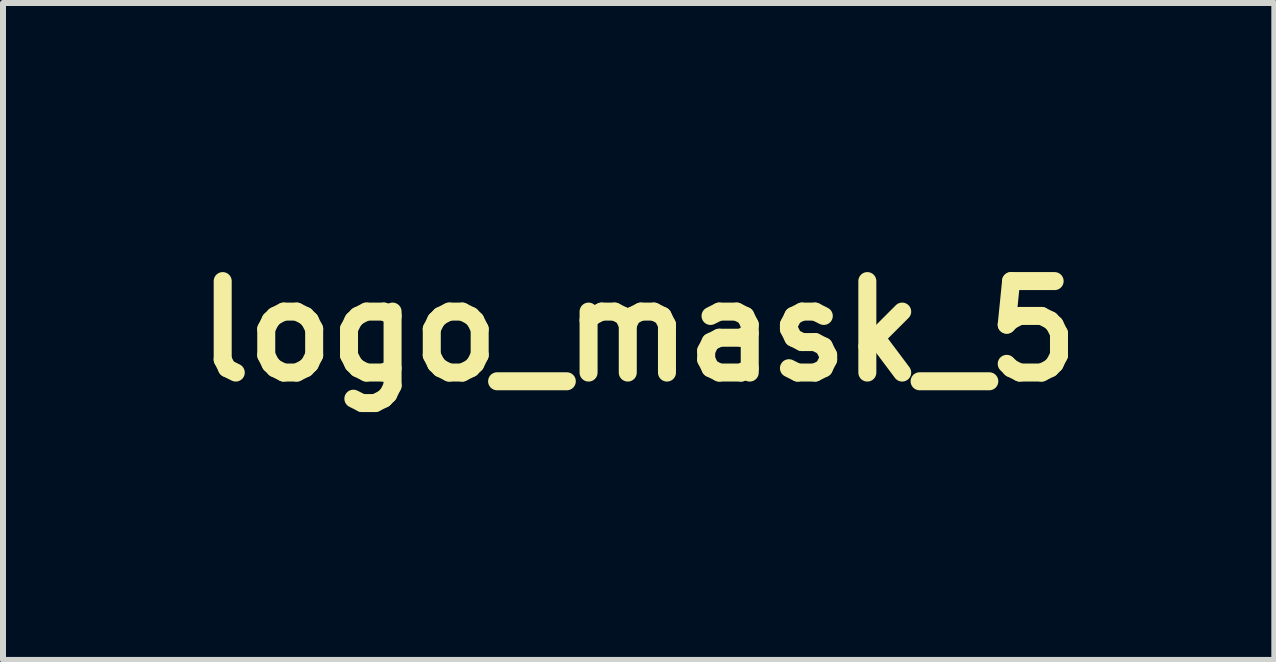
<source format=kicad_pcb>
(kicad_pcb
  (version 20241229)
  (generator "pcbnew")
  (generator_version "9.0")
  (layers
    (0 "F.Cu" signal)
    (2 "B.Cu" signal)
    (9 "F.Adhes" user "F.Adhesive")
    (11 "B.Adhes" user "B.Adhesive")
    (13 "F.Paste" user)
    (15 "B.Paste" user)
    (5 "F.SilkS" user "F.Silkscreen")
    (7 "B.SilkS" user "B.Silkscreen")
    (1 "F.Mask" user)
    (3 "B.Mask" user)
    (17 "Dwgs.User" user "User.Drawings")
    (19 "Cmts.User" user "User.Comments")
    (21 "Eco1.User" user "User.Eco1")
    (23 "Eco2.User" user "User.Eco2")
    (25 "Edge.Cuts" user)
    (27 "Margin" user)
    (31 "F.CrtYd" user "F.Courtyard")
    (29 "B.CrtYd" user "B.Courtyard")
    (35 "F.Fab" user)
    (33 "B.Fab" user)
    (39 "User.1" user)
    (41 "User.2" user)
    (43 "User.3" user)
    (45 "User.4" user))
  (footprint "logo_mask_5"
    (layer "F.Cu")
    (at 7.591 2.468)
    (property "Reference" "logo_mask_5" (at 0 0 0) (layer "F.SilkS") (effects (font (size 1.524 1.524) (thickness 0.3))))
    (attr through_hole)
    (fp_poly (pts (xy -0.452 -2.001) (xy -0.412 -1.971) (xy -0.39 -1.947) (xy -0.379 -1.923) (xy -0.376 -1.892) (xy -0.375 -1.875) (xy -0.375 -1.815) (xy -0.261 -1.703) (xy -0.147 -1.59) (xy 0.823 -1.59) (xy 1.129 -1.284) (xy 1.436 -0.977) (xy 1.436 -0.38) (xy 1.469 -0.348) (xy 1.502 -0.305) (xy 1.516 -0.259) (xy 1.514 -0.213) (xy 1.499 -0.171) (xy 1.472 -0.136) (xy 1.437 -0.111) (xy 1.394 -0.099) (xy 1.347 -0.103) (xy 1.306 -0.121) (xy 1.269 -0.155) (xy 1.244 -0.198) (xy 1.237 -0.238) (xy 1.237 -0.238) (xy 1.33 -0.238) (xy 1.335 -0.223) (xy 1.346 -0.211) (xy 1.366 -0.193) (xy 1.38 -0.189) (xy 1.4 -0.197) (xy 1.403 -0.199) (xy 1.421 -0.218) (xy 1.424 -0.244) (xy 1.414 -0.268) (xy 1.395 -0.284) (xy 1.374 -0.285) (xy 1.354 -0.274) (xy 1.34 -0.258) (xy 1.33 -0.238) (xy 1.237 -0.238) (xy 1.243 -0.274) (xy 1.258 -0.311) (xy 1.279 -0.342) (xy 1.294 -0.354) (xy 1.3 -0.359) (xy 1.305 -0.367) (xy 1.309 -0.381) (xy 1.311 -0.404) (xy 1.313 -0.438) (xy 1.314 -0.487) (xy 1.314 -0.552) (xy 1.314 -0.636) (xy 1.314 -0.911) (xy 1.035 -1.19) (xy 0.756 -1.469) (xy -0.205 -1.469) (xy -0.337 -1.601) (xy -0.388 -1.652) (xy -0.427 -1.689) (xy -0.456 -1.713) (xy -0.477 -1.727) (xy -0.494 -1.733) (xy -0.5 -1.734) (xy -0.554 -1.743) (xy -0.598 -1.769) (xy -0.631 -1.806) (xy -0.648 -1.852) (xy -0.648 -1.866) (xy -0.557 -1.866) (xy -0.552 -1.855) (xy -0.532 -1.838) (xy -0.505 -1.836) (xy -0.48 -1.847) (xy -0.471 -1.858) (xy -0.465 -1.883) (xy -0.478 -1.905) (xy -0.505 -1.919) (xy -0.511 -1.919) (xy -0.539 -1.914) (xy -0.556 -1.894) (xy -0.557 -1.866) (xy -0.648 -1.866) (xy -0.649 -1.902) (xy -0.63 -1.952) (xy -0.629 -1.953) (xy -0.594 -1.991) (xy -0.55 -2.012) (xy -0.501 -2.016) (xy -0.452 -2.001)) (stroke (width 0.01) (type solid)) (fill yes) (layer "F.Mask"))
    (fp_poly (pts (xy 0.204 -2.122) (xy 0.247 -2.097) (xy 0.269 -2.071) (xy 0.288 -2.043) (xy 0.911 -2.043) (xy 1.378 -1.576) (xy 1.844 -1.11) (xy 1.844 -0.931) (xy 1.844 -0.864) (xy 1.845 -0.816) (xy 1.847 -0.783) (xy 1.85 -0.762) (xy 1.855 -0.75) (xy 1.862 -0.743) (xy 1.866 -0.74) (xy 1.895 -0.713) (xy 1.914 -0.673) (xy 1.921 -0.625) (xy 1.915 -0.577) (xy 1.905 -0.552) (xy 1.875 -0.517) (xy 1.833 -0.495) (xy 1.783 -0.486) (xy 1.733 -0.493) (xy 1.709 -0.503) (xy 1.676 -0.532) (xy 1.655 -0.573) (xy 1.647 -0.619) (xy 1.648 -0.632) (xy 1.737 -0.632) (xy 1.738 -0.609) (xy 1.751 -0.592) (xy 1.776 -0.576) (xy 1.799 -0.581) (xy 1.817 -0.597) (xy 1.831 -0.619) (xy 1.826 -0.638) (xy 1.802 -0.665) (xy 1.777 -0.67) (xy 1.757 -0.658) (xy 1.737 -0.632) (xy 1.648 -0.632) (xy 1.65 -0.666) (xy 1.667 -0.707) (xy 1.696 -0.737) (xy 1.701 -0.74) (xy 1.71 -0.746) (xy 1.716 -0.757) (xy 1.72 -0.775) (xy 1.722 -0.805) (xy 1.723 -0.851) (xy 1.723 -0.898) (xy 1.723 -1.044) (xy 1.287 -1.48) (xy 0.85 -1.916) (xy 0.568 -1.92) (xy 0.481 -1.921) (xy 0.414 -1.921) (xy 0.363 -1.921) (xy 0.327 -1.92) (xy 0.301 -1.918) (xy 0.284 -1.915) (xy 0.272 -1.91) (xy 0.264 -1.904) (xy 0.261 -1.902) (xy 0.21 -1.868) (xy 0.155 -1.855) (xy 0.1 -1.862) (xy 0.077 -1.872) (xy 0.042 -1.902) (xy 0.019 -1.944) (xy 0.012 -1.988) (xy 0.102 -1.988) (xy 0.115 -1.966) (xy 0.141 -1.947) (xy 0.164 -1.948) (xy 0.181 -1.961) (xy 0.197 -1.985) (xy 0.192 -2.009) (xy 0.176 -2.027) (xy 0.15 -2.04) (xy 0.125 -2.03) (xy 0.106 -2.007) (xy 0.102 -1.988) (xy 0.012 -1.988) (xy 0.011 -1.993) (xy 0.019 -2.042) (xy 0.029 -2.065) (xy 0.063 -2.102) (xy 0.107 -2.124) (xy 0.156 -2.131) (xy 0.204 -2.122)) (stroke (width 0.01) (type solid)) (fill yes) (layer "F.Mask"))
    (fp_poly (pts (xy 0.933 0.735) (xy 0.975 0.755) (xy 1.007 0.789) (xy 1.01 0.795) (xy 1.027 0.846) (xy 1.025 0.897) (xy 1.007 0.942) (xy 0.975 0.978) (xy 0.933 1) (xy 0.896 1.005) (xy 0.883 1.007) (xy 0.868 1.014) (xy 0.85 1.027) (xy 0.825 1.05) (xy 0.793 1.085) (xy 0.749 1.132) (xy 0.71 1.176) (xy 0.558 1.347) (xy 0.224 1.347) (xy 0.129 1.347) (xy 0.054 1.348) (xy -0.004 1.348) (xy -0.047 1.35) (xy -0.078 1.352) (xy -0.099 1.354) (xy -0.112 1.358) (xy -0.12 1.363) (xy -0.124 1.367) (xy -0.161 1.402) (xy -0.21 1.421) (xy -0.262 1.423) (xy -0.31 1.408) (xy -0.349 1.376) (xy -0.37 1.33) (xy -0.375 1.292) (xy -0.286 1.292) (xy -0.269 1.319) (xy -0.244 1.333) (xy -0.219 1.326) (xy -0.203 1.307) (xy -0.193 1.288) (xy -0.198 1.272) (xy -0.208 1.258) (xy -0.226 1.241) (xy -0.243 1.239) (xy -0.258 1.245) (xy -0.282 1.265) (xy -0.286 1.292) (xy -0.375 1.292) (xy -0.375 1.284) (xy -0.369 1.231) (xy -0.346 1.192) (xy -0.309 1.165) (xy -0.257 1.149) (xy -0.205 1.153) (xy -0.157 1.174) (xy -0.124 1.206) (xy -0.114 1.213) (xy -0.096 1.219) (xy -0.068 1.223) (xy -0.028 1.225) (xy 0.027 1.226) (xy 0.097 1.225) (xy 0.185 1.223) (xy 0.293 1.219) (xy 0.317 1.219) (xy 0.506 1.211) (xy 0.631 1.07) (xy 0.676 1.018) (xy 0.709 0.98) (xy 0.731 0.952) (xy 0.744 0.931) (xy 0.751 0.914) (xy 0.753 0.898) (xy 0.752 0.879) (xy 0.752 0.879) (xy 0.753 0.872) (xy 0.842 0.872) (xy 0.855 0.894) (xy 0.878 0.913) (xy 0.898 0.913) (xy 0.918 0.898) (xy 0.936 0.875) (xy 0.933 0.853) (xy 0.916 0.833) (xy 0.89 0.821) (xy 0.865 0.83) (xy 0.846 0.853) (xy 0.842 0.872) (xy 0.753 0.872) (xy 0.755 0.835) (xy 0.767 0.797) (xy 0.767 0.796) (xy 0.797 0.76) (xy 0.838 0.738) (xy 0.885 0.729) (xy 0.933 0.735)) (stroke (width 0.01) (type solid)) (fill yes) (layer "F.Mask"))
    (fp_poly (pts (xy 0.674 -0.624) (xy 0.674 -0.215) (xy 0.403 0.055) (xy 0.224 0.055) (xy 0.157 0.055) (xy 0.109 0.056) (xy 0.076 0.058) (xy 0.055 0.061) (xy 0.043 0.066) (xy 0.036 0.073) (xy 0.033 0.077) (xy 0.005 0.108) (xy -0.035 0.126) (xy -0.081 0.132) (xy -0.128 0.124) (xy -0.169 0.105) (xy -0.2 0.073) (xy -0.204 0.067) (xy -0.221 0.014) (xy -0.22 -0.014) (xy -0.13 -0.014) (xy -0.128 0.01) (xy -0.115 0.027) (xy -0.091 0.043) (xy -0.067 0.037) (xy -0.049 0.021) (xy -0.036 -0.00031) (xy -0.04 -0.019) (xy -0.064 -0.046) (xy -0.089 -0.051) (xy -0.11 -0.039) (xy -0.13 -0.014) (xy -0.22 -0.014) (xy -0.219 -0.037) (xy -0.2 -0.082) (xy -0.166 -0.117) (xy -0.12 -0.139) (xy -0.082 -0.144) (xy -0.045 -0.138) (xy -0.008 -0.122) (xy 0.022 -0.102) (xy 0.037 -0.083) (xy 0.044 -0.076) (xy 0.059 -0.071) (xy 0.086 -0.068) (xy 0.128 -0.067) (xy 0.189 -0.066) (xy 0.196 -0.066) (xy 0.349 -0.066) (xy 0.451 -0.17) (xy 0.552 -0.273) (xy 0.552 -0.569) (xy 0.347 -0.773) (xy -0.392 -0.773) (xy -0.494 -0.671) (xy -0.596 -0.568) (xy -0.596 0.558) (xy -0.494 0.66) (xy -0.392 0.762) (xy 0.348 0.762) (xy 0.497 0.612) (xy 0.497 0.548) (xy 0.497 0.533) (xy 0.587 0.533) (xy 0.592 0.561) (xy 0.604 0.576) (xy 0.623 0.593) (xy 0.64 0.593) (xy 0.662 0.574) (xy 0.663 0.573) (xy 0.679 0.555) (xy 0.678 0.54) (xy 0.67 0.527) (xy 0.646 0.503) (xy 0.619 0.5) (xy 0.601 0.508) (xy 0.587 0.533) (xy 0.497 0.533) (xy 0.498 0.51) (xy 0.504 0.484) (xy 0.519 0.463) (xy 0.535 0.446) (xy 0.562 0.422) (xy 0.589 0.411) (xy 0.623 0.409) (xy 0.682 0.416) (xy 0.725 0.439) (xy 0.755 0.479) (xy 0.756 0.481) (xy 0.77 0.533) (xy 0.766 0.584) (xy 0.745 0.628) (xy 0.709 0.661) (xy 0.661 0.68) (xy 0.655 0.681) (xy 0.634 0.686) (xy 0.613 0.695) (xy 0.59 0.712) (xy 0.559 0.74) (xy 0.518 0.78) (xy 0.507 0.791) (xy 0.404 0.895) (xy -0.448 0.895) (xy -0.583 0.759) (xy -0.718 0.624) (xy -0.718 -0.635) (xy -0.588 -0.765) (xy -0.459 -0.895) (xy 0.403 -0.895) (xy 0.674 -0.624)) (stroke (width 0.01) (type solid)) (fill yes) (layer "F.Mask"))
    (fp_poly (pts (xy 0.238 -2.452) (xy 0.466 -2.42) (xy 0.687 -2.368) (xy 0.901 -2.296) (xy 1.107 -2.206) (xy 1.303 -2.097) (xy 1.488 -1.971) (xy 1.661 -1.828) (xy 1.821 -1.67) (xy 1.967 -1.495) (xy 2.098 -1.307) (xy 2.212 -1.104) (xy 2.22 -1.088) (xy 2.312 -0.878) (xy 2.383 -0.661) (xy 2.434 -0.439) (xy 2.464 -0.214) (xy 2.474 0.012) (xy 2.463 0.239) (xy 2.432 0.463) (xy 2.38 0.685) (xy 2.308 0.901) (xy 2.226 1.088) (xy 2.115 1.292) (xy 1.986 1.482) (xy 1.842 1.658) (xy 1.683 1.819) (xy 1.51 1.965) (xy 1.325 2.094) (xy 1.128 2.206) (xy 0.921 2.299) (xy 0.704 2.374) (xy 0.48 2.429) (xy 0.263 2.462) (xy 0.195 2.467) (xy 0.112 2.471) (xy 0.02 2.472) (xy -0.073 2.471) (xy -0.161 2.469) (xy -0.238 2.464) (xy -0.271 2.461) (xy -0.49 2.425) (xy -0.707 2.369) (xy -0.92 2.294) (xy -1.126 2.2) (xy -1.322 2.09) (xy -1.504 1.963) (xy -1.541 1.934) (xy -1.712 1.783) (xy -1.867 1.618) (xy -2.005 1.442) (xy -2.125 1.255) (xy -2.228 1.059) (xy -2.312 0.855) (xy -2.378 0.645) (xy -2.426 0.431) (xy -2.454 0.212) (xy -2.46 0.066) (xy -2.311 0.066) (xy -1.994 0.066) (xy -1.886 0.174) (xy -1.778 0.281) (xy -1.778 0.549) (xy -1.778 0.633) (xy -1.777 0.698) (xy -1.776 0.746) (xy -1.775 0.78) (xy -1.772 0.803) (xy -1.768 0.817) (xy -1.763 0.826) (xy -1.758 0.83) (xy -1.723 0.868) (xy -1.705 0.914) (xy -1.702 0.963) (xy -1.716 1.01) (xy -1.744 1.049) (xy -1.769 1.067) (xy -1.809 1.079) (xy -1.857 1.08) (xy -1.902 1.07) (xy -1.911 1.066) (xy -1.947 1.035) (xy -1.969 0.994) (xy -1.976 0.945) (xy -1.976 0.944) (xy -1.888 0.944) (xy -1.88 0.966) (xy -1.86 0.985) (xy -1.84 0.994) (xy -1.822 0.986) (xy -1.806 0.972) (xy -1.793 0.955) (xy -1.794 0.94) (xy -1.804 0.922) (xy -1.822 0.902) (xy -1.838 0.895) (xy -1.86 0.903) (xy -1.88 0.923) (xy -1.888 0.944) (xy -1.976 0.944) (xy -1.969 0.896) (xy -1.946 0.851) (xy -1.922 0.826) (xy -1.915 0.818) (xy -1.909 0.809) (xy -1.905 0.794) (xy -1.902 0.77) (xy -1.901 0.736) (xy -1.9 0.687) (xy -1.9 0.621) (xy -1.899 0.572) (xy -1.899 0.337) (xy -1.974 0.263) (xy -2.048 0.188) (xy -2.173 0.188) (xy -2.224 0.187) (xy -2.26 0.188) (xy -2.283 0.194) (xy -2.294 0.208) (xy -2.296 0.233) (xy -2.292 0.273) (xy -2.283 0.331) (xy -2.28 0.347) (xy -2.237 0.565) (xy -2.173 0.775) (xy -2.089 0.977) (xy -1.987 1.17) (xy -1.868 1.352) (xy -1.733 1.523) (xy -1.582 1.68) (xy -1.417 1.822) (xy -1.239 1.95) (xy -1.048 2.06) (xy -0.846 2.152) (xy -0.801 2.17) (xy -0.712 2.201) (xy -0.612 2.23) (xy -0.509 2.256) (xy -0.41 2.278) (xy -0.321 2.293) (xy -0.298 2.296) (xy -0.248 2.302) (xy -0.203 2.307) (xy -0.17 2.311) (xy -0.16 2.313) (xy -0.126 2.315) (xy -0.075 2.316) (xy -0.012 2.315) (xy 0.059 2.313) (xy 0.133 2.31) (xy 0.206 2.305) (xy 0.271 2.3) (xy 0.325 2.295) (xy 0.348 2.292) (xy 0.41 2.282) (xy 0.453 2.274) (xy 0.476 2.266) (xy 0.483 2.255) (xy 0.474 2.238) (xy 0.451 2.213) (xy 0.418 2.18) (xy 0.337 2.098) (xy -0.068 2.098) (xy -0.174 2.098) (xy -0.261 2.099) (xy -0.33 2.099) (xy -0.383 2.101) (xy -0.422 2.102) (xy -0.449 2.104) (xy -0.466 2.107) (xy -0.475 2.111) (xy -0.479 2.115) (xy -0.496 2.136) (xy -0.528 2.156) (xy -0.565 2.171) (xy -0.596 2.175) (xy -0.646 2.165) (xy -0.689 2.138) (xy -0.722 2.097) (xy -0.739 2.049) (xy -0.739 2.044) (xy -0.638 2.044) (xy -0.628 2.069) (xy -0.623 2.073) (xy -0.604 2.084) (xy -0.596 2.087) (xy -0.583 2.081) (xy -0.57 2.073) (xy -0.555 2.052) (xy -0.555 2.027) (xy -0.566 2.005) (xy -0.585 1.991) (xy -0.609 1.991) (xy -0.616 1.995) (xy -0.634 2.016) (xy -0.638 2.044) (xy -0.739 2.044) (xy -0.74 2.031) (xy -0.732 1.993) (xy -0.711 1.953) (xy -0.684 1.923) (xy -0.673 1.916) (xy -0.642 1.905) (xy -0.603 1.9) (xy -0.591 1.899) (xy -0.556 1.902) (xy -0.529 1.914) (xy -0.498 1.938) (xy -0.456 1.977) (xy 0.403 1.977) (xy 0.527 2.101) (xy 0.651 2.224) (xy 0.737 2.197) (xy 0.823 2.169) (xy 0.826 1.799) (xy 0.828 1.496) (xy 0.95 1.496) (xy 0.95 1.803) (xy 0.95 1.882) (xy 0.951 1.954) (xy 0.952 2.016) (xy 0.953 2.064) (xy 0.954 2.096) (xy 0.956 2.109) (xy 0.956 2.109) (xy 0.968 2.105) (xy 0.995 2.092) (xy 1.034 2.073) (xy 1.072 2.053) (xy 1.182 1.997) (xy 1.182 1.651) (xy 1.342 1.491) (xy 1.502 1.331) (xy 1.502 0.579) (xy 1.655 0.427) (xy 1.708 0.374) (xy 1.747 0.333) (xy 1.774 0.303) (xy 1.791 0.281) (xy 1.8 0.265) (xy 1.803 0.252) (xy 1.803 0.244) (xy 1.803 0.234) (xy 1.9 0.234) (xy 1.91 0.259) (xy 1.931 0.274) (xy 1.944 0.276) (xy 1.967 0.269) (xy 1.975 0.263) (xy 1.988 0.238) (xy 1.985 0.212) (xy 1.97 0.191) (xy 1.946 0.182) (xy 1.922 0.188) (xy 1.903 0.208) (xy 1.9 0.234) (xy 1.803 0.234) (xy 1.806 0.2) (xy 1.825 0.156) (xy 1.856 0.12) (xy 1.868 0.111) (xy 1.918 0.092) (xy 1.969 0.092) (xy 2.016 0.109) (xy 2.054 0.142) (xy 2.072 0.173) (xy 2.084 0.226) (xy 2.073 0.277) (xy 2.042 0.324) (xy 2.038 0.328) (xy 2.009 0.352) (xy 1.981 0.363) (xy 1.953 0.364) (xy 1.935 0.365) (xy 1.919 0.368) (xy 1.903 0.376) (xy 1.882 0.392) (xy 1.855 0.416) (xy 1.818 0.452) (xy 1.77 0.5) (xy 1.634 0.635) (xy 1.634 1.386) (xy 1.303 1.717) (xy 1.303 1.814) (xy 1.304 1.857) (xy 1.306 1.89) (xy 1.308 1.908) (xy 1.309 1.911) (xy 1.32 1.904) (xy 1.345 1.887) (xy 1.379 1.863) (xy 1.406 1.842) (xy 1.461 1.798) (xy 1.526 1.74) (xy 1.596 1.674) (xy 1.666 1.603) (xy 1.733 1.533) (xy 1.792 1.468) (xy 1.838 1.411) (xy 1.842 1.406) (xy 1.911 1.315) (xy 1.911 0.809) (xy 1.878 0.773) (xy 1.847 0.728) (xy 1.838 0.683) (xy 1.935 0.683) (xy 1.948 0.705) (xy 1.973 0.716) (xy 1.987 0.716) (xy 2.008 0.709) (xy 2.015 0.691) (xy 2.015 0.68) (xy 2.008 0.65) (xy 1.99 0.633) (xy 1.966 0.632) (xy 1.957 0.636) (xy 1.938 0.658) (xy 1.935 0.683) (xy 1.838 0.683) (xy 1.837 0.68) (xy 1.848 0.626) (xy 1.853 0.616) (xy 1.883 0.573) (xy 1.924 0.545) (xy 1.971 0.535) (xy 2.02 0.541) (xy 2.066 0.566) (xy 2.076 0.576) (xy 2.105 0.618) (xy 2.116 0.667) (xy 2.112 0.716) (xy 2.092 0.76) (xy 2.07 0.783) (xy 2.059 0.792) (xy 2.051 0.804) (xy 2.047 0.82) (xy 2.044 0.847) (xy 2.044 0.888) (xy 2.044 0.946) (xy 2.044 1.088) (xy 2.086 1.005) (xy 2.139 0.889) (xy 2.188 0.758) (xy 2.232 0.619) (xy 2.267 0.478) (xy 2.292 0.347) (xy 2.299 0.293) (xy 2.305 0.225) (xy 2.311 0.152) (xy 2.315 0.082) (xy 2.315 0.08) (xy 2.323 -0.077) (xy 1.872 -0.077) (xy 1.576 0.218) (xy 1.281 0.514) (xy 1.281 1.165) (xy 0.95 1.496) (xy 0.828 1.496) (xy 0.829 1.43) (xy 0.989 1.27) (xy 1.149 1.11) (xy 1.149 0.458) (xy 1.477 0.13) (xy 1.806 -0.199) (xy 2.051 -0.199) (xy 2.127 -0.199) (xy 2.194 -0.201) (xy 2.246 -0.203) (xy 2.283 -0.205) (xy 2.301 -0.208) (xy 2.302 -0.209) (xy 2.304 -0.226) (xy 2.301 -0.26) (xy 2.295 -0.308) (xy 2.286 -0.365) (xy 2.275 -0.427) (xy 2.262 -0.49) (xy 2.248 -0.55) (xy 2.243 -0.57) (xy 2.175 -0.784) (xy 2.088 -0.99) (xy 1.983 -1.184) (xy 1.861 -1.367) (xy 1.722 -1.537) (xy 1.568 -1.693) (xy 1.4 -1.834) (xy 1.219 -1.959) (xy 1.026 -2.066) (xy 0.821 -2.155) (xy 0.813 -2.158) (xy 0.641 -2.216) (xy 0.474 -2.258) (xy 0.305 -2.285) (xy 0.128 -2.299) (xy 0.006 -2.302) (xy -0.181 -2.296) (xy -0.354 -2.277) (xy -0.522 -2.245) (xy -0.69 -2.198) (xy -0.802 -2.158) (xy -0.849 -2.14) (xy -0.903 -2.117) (xy -0.959 -2.091) (xy -1.014 -2.065) (xy -1.064 -2.041) (xy -1.106 -2.019) (xy -1.135 -2.002) (xy -1.148 -1.992) (xy -1.149 -1.991) (xy -1.141 -1.981) (xy -1.119 -1.958) (xy -1.085 -1.922) (xy -1.04 -1.876) (xy -0.985 -1.82) (xy -0.922 -1.756) (xy -0.852 -1.686) (xy -0.781 -1.615) (xy -0.414 -1.248) (xy 0.58 -1.248) (xy 0.809 -1.019) (xy 1.038 -0.789) (xy 1.038 0.003) (xy 1.077 0.046) (xy 1.107 0.091) (xy 1.117 0.138) (xy 1.112 0.182) (xy 1.093 0.222) (xy 1.063 0.254) (xy 1.026 0.276) (xy 0.982 0.285) (xy 0.936 0.277) (xy 0.89 0.252) (xy 0.882 0.245) (xy 0.855 0.207) (xy 0.842 0.161) (xy 0.842 0.155) (xy 0.934 0.155) (xy 0.939 0.166) (xy 0.959 0.183) (xy 0.986 0.185) (xy 1.011 0.173) (xy 1.02 0.163) (xy 1.026 0.138) (xy 1.013 0.116) (xy 0.986 0.102) (xy 0.98 0.101) (xy 0.952 0.107) (xy 0.935 0.127) (xy 0.934 0.155) (xy 0.842 0.155) (xy 0.844 0.113) (xy 0.859 0.068) (xy 0.889 0.034) (xy 0.895 0.03) (xy 0.901 0.026) (xy 0.905 0.019) (xy 0.909 0.007) (xy 0.912 -0.011) (xy 0.914 -0.039) (xy 0.915 -0.078) (xy 0.916 -0.131) (xy 0.916 -0.2) (xy 0.917 -0.287) (xy 0.917 -0.353) (xy 0.917 -0.724) (xy 0.721 -0.918) (xy 0.525 -1.113) (xy 0.022 -1.12) (xy -0.48 -1.127) (xy -1.276 -1.921) (xy -1.364 -1.854) (xy -1.402 -1.825) (xy -1.435 -1.8) (xy -1.457 -1.783) (xy -1.463 -1.777) (xy -1.458 -1.766) (xy -1.439 -1.741) (xy -1.404 -1.702) (xy -1.355 -1.649) (xy -1.292 -1.585) (xy -1.235 -1.527) (xy -0.997 -1.287) (xy -0.99 -0.53) (xy -0.989 -0.391) (xy -0.987 -0.248) (xy -0.986 -0.107) (xy -0.985 0.032) (xy -0.985 0.164) (xy -0.984 0.287) (xy -0.983 0.397) (xy -0.983 0.491) (xy -0.983 0.567) (xy -0.983 0.574) (xy -0.983 0.923) (xy -0.886 1.019) (xy -0.844 1.06) (xy -0.813 1.088) (xy -0.791 1.105) (xy -0.772 1.113) (xy -0.754 1.115) (xy -0.751 1.115) (xy -0.7 1.125) (xy -0.658 1.152) (xy -0.627 1.192) (xy -0.612 1.24) (xy -0.613 1.279) (xy -0.627 1.314) (xy -0.651 1.349) (xy -0.657 1.355) (xy -0.683 1.378) (xy -0.708 1.389) (xy -0.743 1.391) (xy -0.749 1.391) (xy -0.79 1.388) (xy -0.821 1.376) (xy -0.838 1.364) (xy -0.867 1.329) (xy -0.886 1.287) (xy -0.888 1.274) (xy -0.792 1.274) (xy -0.778 1.295) (xy -0.751 1.303) (xy -0.728 1.296) (xy -0.72 1.29) (xy -0.707 1.265) (xy -0.709 1.241) (xy -0.722 1.221) (xy -0.742 1.21) (xy -0.766 1.215) (xy -0.774 1.221) (xy -0.791 1.247) (xy -0.792 1.274) (xy -0.888 1.274) (xy -0.892 1.246) (xy -0.89 1.233) (xy -0.89 1.22) (xy -0.898 1.204) (xy -0.916 1.181) (xy -0.945 1.149) (xy -0.988 1.105) (xy -0.993 1.1) (xy -1.102 0.992) (xy -1.117 -0.061) (xy -1.351 -0.295) (xy -1.585 -0.53) (xy -1.638 -0.53) (xy -1.675 -0.533) (xy -1.701 -0.543) (xy -1.728 -0.566) (xy -1.729 -0.568) (xy -1.753 -0.594) (xy -1.764 -0.618) (xy -1.767 -0.652) (xy -1.676 -0.652) (xy -1.667 -0.634) (xy -1.644 -0.621) (xy -1.617 -0.626) (xy -1.594 -0.647) (xy -1.593 -0.648) (xy -1.584 -0.667) (xy -1.589 -0.682) (xy -1.601 -0.696) (xy -1.62 -0.711) (xy -1.635 -0.711) (xy -1.649 -0.704) (xy -1.672 -0.679) (xy -1.676 -0.652) (xy -1.767 -0.652) (xy -1.767 -0.652) (xy -1.767 -0.662) (xy -1.76 -0.719) (xy -1.737 -0.761) (xy -1.7 -0.79) (xy -1.649 -0.805) (xy -1.599 -0.801) (xy -1.555 -0.78) (xy -1.519 -0.746) (xy -1.497 -0.699) (xy -1.491 -0.657) (xy -1.49 -0.642) (xy -1.487 -0.629) (xy -1.48 -0.613) (xy -1.466 -0.594) (xy -1.444 -0.569) (xy -1.413 -0.535) (xy -1.369 -0.491) (xy -1.312 -0.434) (xy -1.303 -0.425) (xy -1.115 -0.238) (xy -1.115 -1.221) (xy -1.574 -1.679) (xy -1.659 -1.593) (xy -1.745 -1.507) (xy -1.592 -1.355) (xy -1.534 -1.298) (xy -1.49 -1.256) (xy -1.457 -1.228) (xy -1.435 -1.213) (xy -1.423 -1.21) (xy -1.422 -1.21) (xy -1.392 -1.211) (xy -1.356 -1.2) (xy -1.32 -1.178) (xy -1.298 -1.158) (xy -1.277 -1.117) (xy -1.27 -1.067) (xy -1.277 -1.017) (xy -1.286 -0.995) (xy -1.311 -0.966) (xy -1.348 -0.942) (xy -1.388 -0.929) (xy -1.402 -0.928) (xy -1.453 -0.938) (xy -1.496 -0.966) (xy -1.528 -1.007) (xy -1.545 -1.057) (xy -1.546 -1.07) (xy -1.453 -1.07) (xy -1.446 -1.048) (xy -1.426 -1.031) (xy -1.399 -1.028) (xy -1.373 -1.039) (xy -1.372 -1.04) (xy -1.359 -1.065) (xy -1.363 -1.089) (xy -1.381 -1.107) (xy -1.409 -1.113) (xy -1.418 -1.111) (xy -1.445 -1.096) (xy -1.453 -1.07) (xy -1.546 -1.07) (xy -1.546 -1.077) (xy -1.547 -1.093) (xy -1.551 -1.109) (xy -1.56 -1.126) (xy -1.577 -1.147) (xy -1.603 -1.176) (xy -1.641 -1.215) (xy -1.686 -1.261) (xy -1.826 -1.401) (xy -1.863 -1.352) (xy -1.922 -1.268) (xy -1.983 -1.168) (xy -2.042 -1.059) (xy -2.098 -0.947) (xy -2.145 -0.837) (xy -2.158 -0.802) (xy -2.178 -0.747) (xy -2.197 -0.686) (xy -2.217 -0.621) (xy -2.234 -0.558) (xy -2.249 -0.502) (xy -2.259 -0.456) (xy -2.264 -0.426) (xy -2.264 -0.422) (xy -2.264 -0.398) (xy -1.803 -0.398) (xy -1.608 -0.214) (xy -1.414 -0.031) (xy -1.414 1.264) (xy -1.207 1.471) (xy -1 1.679) (xy 0.186 1.679) (xy 0.218 1.646) (xy 0.263 1.615) (xy 0.313 1.605) (xy 0.368 1.617) (xy 0.378 1.621) (xy 0.412 1.639) (xy 0.433 1.662) (xy 0.447 1.694) (xy 0.459 1.726) (xy 0.461 1.75) (xy 0.455 1.775) (xy 0.448 1.794) (xy 0.421 1.842) (xy 0.38 1.873) (xy 0.343 1.884) (xy 0.299 1.884) (xy 0.254 1.87) (xy 0.218 1.845) (xy 0.211 1.838) (xy 0.19 1.811) (xy -1.043 1.811) (xy -1.09 1.765) (xy 0.278 1.765) (xy 0.28 1.773) (xy 0.295 1.786) (xy 0.32 1.788) (xy 0.344 1.78) (xy 0.353 1.773) (xy 0.363 1.746) (xy 0.353 1.72) (xy 0.34 1.707) (xy 0.315 1.702) (xy 0.293 1.713) (xy 0.279 1.736) (xy 0.278 1.765) (xy -1.09 1.765) (xy -1.546 1.309) (xy -1.546 0.024) (xy -1.703 -0.126) (xy -1.861 -0.276) (xy -2.072 -0.276) (xy -2.147 -0.276) (xy -2.202 -0.275) (xy -2.241 -0.273) (xy -2.267 -0.271) (xy -2.282 -0.267) (xy -2.289 -0.261) (xy -2.29 -0.259) (xy -2.293 -0.242) (xy -2.297 -0.208) (xy -2.3 -0.16) (xy -2.303 -0.105) (xy -2.304 -0.088) (xy -2.311 0.066) (xy -2.46 0.066) (xy -2.463 -0.008) (xy -2.452 -0.229) (xy -2.421 -0.449) (xy -2.371 -0.668) (xy -2.299 -0.882) (xy -2.209 -1.088) (xy -2.096 -1.291) (xy -1.967 -1.481) (xy -1.822 -1.657) (xy -1.663 -1.817) (xy -1.491 -1.961) (xy -1.307 -2.088) (xy -1.112 -2.198) (xy -0.907 -2.29) (xy -0.693 -2.363) (xy -0.472 -2.417) (xy -0.245 -2.45) (xy -0.013 -2.463) (xy 0.006 -2.463) (xy 0.238 -2.452)) (stroke (width 0.01) (type solid)) (fill yes) (layer "F.Mask")))
  (gr_rect
    (start -3 -3)
    (end 18.182 7.945)
    (stroke (width 0.1) (type default))
    (fill no)
    (layer "Edge.Cuts")))
</source>
